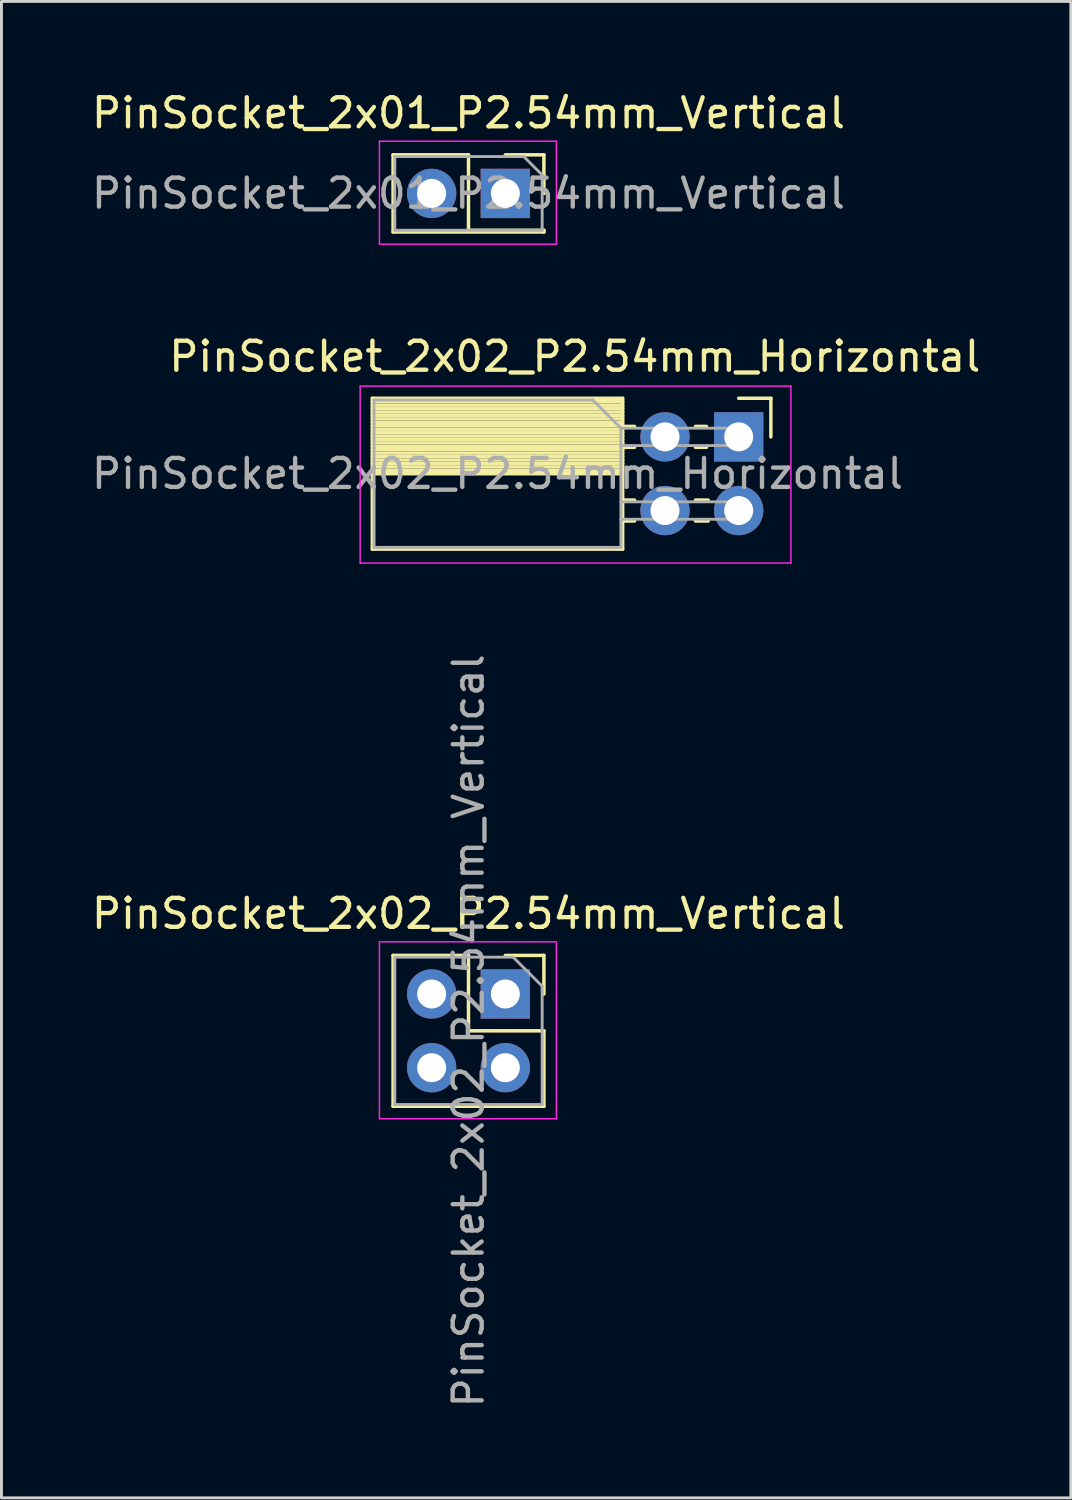
<source format=kicad_pcb>
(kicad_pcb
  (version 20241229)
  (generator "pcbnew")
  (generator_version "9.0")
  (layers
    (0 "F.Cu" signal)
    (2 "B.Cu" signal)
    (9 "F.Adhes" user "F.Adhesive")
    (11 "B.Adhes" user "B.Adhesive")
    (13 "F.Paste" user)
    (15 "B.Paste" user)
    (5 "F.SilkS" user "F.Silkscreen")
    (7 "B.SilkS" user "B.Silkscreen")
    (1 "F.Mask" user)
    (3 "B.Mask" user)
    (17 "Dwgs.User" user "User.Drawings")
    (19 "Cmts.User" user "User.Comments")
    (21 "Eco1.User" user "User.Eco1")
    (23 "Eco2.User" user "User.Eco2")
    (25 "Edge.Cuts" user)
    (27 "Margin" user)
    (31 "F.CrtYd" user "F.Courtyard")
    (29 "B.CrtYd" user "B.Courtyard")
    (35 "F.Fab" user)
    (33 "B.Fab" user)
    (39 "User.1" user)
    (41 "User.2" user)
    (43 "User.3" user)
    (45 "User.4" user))
  (footprint "PinSocket_2x02_P2.54mm_Vertical"
    (layer "F.Cu")
    (at 14.371 31.218)
    (property "Reference" "PinSocket_2x02_P2.54mm_Vertical" (at -1.27 -2.77 0) (layer "F.SilkS") (effects (font (size 1 1) (thickness 0.15))))
    (attr through_hole)
    (fp_line (start -3.87 -1.33) (end -3.87 3.87) (stroke (width 0.12) (type solid)) (layer "F.SilkS"))
    (fp_line (start -3.87 -1.33) (end -1.27 -1.33) (stroke (width 0.12) (type solid)) (layer "F.SilkS"))
    (fp_line (start -3.87 3.87) (end 1.33 3.87) (stroke (width 0.12) (type solid)) (layer "F.SilkS"))
    (fp_line (start -1.27 -1.33) (end -1.27 1.27) (stroke (width 0.12) (type solid)) (layer "F.SilkS"))
    (fp_line (start -1.27 1.27) (end 1.33 1.27) (stroke (width 0.12) (type solid)) (layer "F.SilkS"))
    (fp_line (start 0 -1.33) (end 1.33 -1.33) (stroke (width 0.12) (type solid)) (layer "F.SilkS"))
    (fp_line (start 1.33 -1.33) (end 1.33 0) (stroke (width 0.12) (type solid)) (layer "F.SilkS"))
    (fp_line (start 1.33 1.27) (end 1.33 3.87) (stroke (width 0.12) (type solid)) (layer "F.SilkS"))
    (fp_line (start -4.34 -1.8) (end 1.76 -1.8) (stroke (width 0.05) (type solid)) (layer "F.CrtYd"))
    (fp_line (start -4.34 4.3) (end -4.34 -1.8) (stroke (width 0.05) (type solid)) (layer "F.CrtYd"))
    (fp_line (start 1.76 -1.8) (end 1.76 4.3) (stroke (width 0.05) (type solid)) (layer "F.CrtYd"))
    (fp_line (start 1.76 4.3) (end -4.34 4.3) (stroke (width 0.05) (type solid)) (layer "F.CrtYd"))
    (fp_line (start -3.81 -1.27) (end 0.27 -1.27) (stroke (width 0.1) (type solid)) (layer "F.Fab"))
    (fp_line (start -3.81 3.81) (end -3.81 -1.27) (stroke (width 0.1) (type solid)) (layer "F.Fab"))
    (fp_line (start 0.27 -1.27) (end 1.27 -0.27) (stroke (width 0.1) (type solid)) (layer "F.Fab"))
    (fp_line (start 1.27 -0.27) (end 1.27 3.81) (stroke (width 0.1) (type solid)) (layer "F.Fab"))
    (fp_line (start 1.27 3.81) (end -3.81 3.81) (stroke (width 0.1) (type solid)) (layer "F.Fab"))
    (fp_text user "${REFERENCE}" (at -1.27 1.27 90) (layer "F.Fab") (effects (font (size 1 1) (thickness 0.15))))
    (pad "1" thru_hole rect (at 0 0) (size 1.7 1.7) (drill 1) (layers "*.Cu" "*.Mask"))
    (pad "2" thru_hole oval (at -2.54 0) (size 1.7 1.7) (drill 1) (layers "*.Cu" "*.Mask"))
    (pad "3" thru_hole oval (at 0 2.54) (size 1.7 1.7) (drill 1) (layers "*.Cu" "*.Mask"))
    (pad "4" thru_hole oval (at -2.54 2.54) (size 1.7 1.7) (drill 1) (layers "*.Cu" "*.Mask")))
  (footprint "PinSocket_2x02_P2.54mm_Horizontal"
    (layer "F.Cu")
    (at 22.416 12.011)
    (property "Reference" "PinSocket_2x02_P2.54mm_Horizontal" (at -5.65 -2.77 0) (layer "F.SilkS") (effects (font (size 1 1) (thickness 0.15))))
    (attr through_hole)
    (fp_line (start -12.63 -1.33) (end -12.63 3.87) (stroke (width 0.12) (type solid)) (layer "F.SilkS"))
    (fp_line (start -12.63 -1.33) (end -4 -1.33) (stroke (width 0.12) (type solid)) (layer "F.SilkS"))
    (fp_line (start -12.63 -1.21) (end -4 -1.21) (stroke (width 0.12) (type solid)) (layer "F.SilkS"))
    (fp_line (start -12.63 -1.092) (end -4 -1.092) (stroke (width 0.12) (type solid)) (layer "F.SilkS"))
    (fp_line (start -12.63 -0.974) (end -4 -0.974) (stroke (width 0.12) (type solid)) (layer "F.SilkS"))
    (fp_line (start -12.63 -0.856) (end -4 -0.856) (stroke (width 0.12) (type solid)) (layer "F.SilkS"))
    (fp_line (start -12.63 -0.738) (end -4 -0.738) (stroke (width 0.12) (type solid)) (layer "F.SilkS"))
    (fp_line (start -12.63 -0.62) (end -4 -0.62) (stroke (width 0.12) (type solid)) (layer "F.SilkS"))
    (fp_line (start -12.63 -0.501) (end -4 -0.501) (stroke (width 0.12) (type solid)) (layer "F.SilkS"))
    (fp_line (start -12.63 -0.383) (end -4 -0.383) (stroke (width 0.12) (type solid)) (layer "F.SilkS"))
    (fp_line (start -12.63 -0.265) (end -4 -0.265) (stroke (width 0.12) (type solid)) (layer "F.SilkS"))
    (fp_line (start -12.63 -0.147) (end -4 -0.147) (stroke (width 0.12) (type solid)) (layer "F.SilkS"))
    (fp_line (start -12.63 -0.029) (end -4 -0.029) (stroke (width 0.12) (type solid)) (layer "F.SilkS"))
    (fp_line (start -12.63 0.089) (end -4 0.089) (stroke (width 0.12) (type solid)) (layer "F.SilkS"))
    (fp_line (start -12.63 0.207) (end -4 0.207) (stroke (width 0.12) (type solid)) (layer "F.SilkS"))
    (fp_line (start -12.63 0.325) (end -4 0.325) (stroke (width 0.12) (type solid)) (layer "F.SilkS"))
    (fp_line (start -12.63 0.443) (end -4 0.443) (stroke (width 0.12) (type solid)) (layer "F.SilkS"))
    (fp_line (start -12.63 0.561) (end -4 0.561) (stroke (width 0.12) (type solid)) (layer "F.SilkS"))
    (fp_line (start -12.63 0.68) (end -4 0.68) (stroke (width 0.12) (type solid)) (layer "F.SilkS"))
    (fp_line (start -12.63 0.798) (end -4 0.798) (stroke (width 0.12) (type solid)) (layer "F.SilkS"))
    (fp_line (start -12.63 0.916) (end -4 0.916) (stroke (width 0.12) (type solid)) (layer "F.SilkS"))
    (fp_line (start -12.63 1.034) (end -4 1.034) (stroke (width 0.12) (type solid)) (layer "F.SilkS"))
    (fp_line (start -12.63 1.152) (end -4 1.152) (stroke (width 0.12) (type solid)) (layer "F.SilkS"))
    (fp_line (start -12.63 1.27) (end -4 1.27) (stroke (width 0.12) (type solid)) (layer "F.SilkS"))
    (fp_line (start -12.63 3.87) (end -4 3.87) (stroke (width 0.12) (type solid)) (layer "F.SilkS"))
    (fp_line (start -4 -1.33) (end -4 3.87) (stroke (width 0.12) (type solid)) (layer "F.SilkS"))
    (fp_line (start -4 -0.36) (end -3.59 -0.36) (stroke (width 0.12) (type solid)) (layer "F.SilkS"))
    (fp_line (start -4 0.36) (end -3.59 0.36) (stroke (width 0.12) (type solid)) (layer "F.SilkS"))
    (fp_line (start -4 2.18) (end -3.59 2.18) (stroke (width 0.12) (type solid)) (layer "F.SilkS"))
    (fp_line (start -4 2.9) (end -3.59 2.9) (stroke (width 0.12) (type solid)) (layer "F.SilkS"))
    (fp_line (start -1.49 -0.36) (end -1.11 -0.36) (stroke (width 0.12) (type solid)) (layer "F.SilkS"))
    (fp_line (start -1.49 0.36) (end -1.11 0.36) (stroke (width 0.12) (type solid)) (layer "F.SilkS"))
    (fp_line (start -1.49 2.18) (end -1.05 2.18) (stroke (width 0.12) (type solid)) (layer "F.SilkS"))
    (fp_line (start -1.49 2.9) (end -1.05 2.9) (stroke (width 0.12) (type solid)) (layer "F.SilkS"))
    (fp_line (start 0 -1.33) (end 1.11 -1.33) (stroke (width 0.12) (type solid)) (layer "F.SilkS"))
    (fp_line (start 1.11 -1.33) (end 1.11 0) (stroke (width 0.12) (type solid)) (layer "F.SilkS"))
    (fp_line (start -13.05 -1.75) (end -13.05 4.35) (stroke (width 0.05) (type solid)) (layer "F.CrtYd"))
    (fp_line (start -13.05 4.35) (end 1.8 4.35) (stroke (width 0.05) (type solid)) (layer "F.CrtYd"))
    (fp_line (start 1.8 -1.75) (end -13.05 -1.75) (stroke (width 0.05) (type solid)) (layer "F.CrtYd"))
    (fp_line (start 1.8 4.35) (end 1.8 -1.75) (stroke (width 0.05) (type solid)) (layer "F.CrtYd"))
    (fp_line (start -12.57 -1.27) (end -5.03 -1.27) (stroke (width 0.1) (type solid)) (layer "F.Fab"))
    (fp_line (start -12.57 3.81) (end -12.57 -1.27) (stroke (width 0.1) (type solid)) (layer "F.Fab"))
    (fp_line (start -5.03 -1.27) (end -4.06 -0.3) (stroke (width 0.1) (type solid)) (layer "F.Fab"))
    (fp_line (start -4.06 -0.3) (end -4.06 3.81) (stroke (width 0.1) (type solid)) (layer "F.Fab"))
    (fp_line (start -4.06 0.3) (end 0 0.3) (stroke (width 0.1) (type solid)) (layer "F.Fab"))
    (fp_line (start -4.06 2.84) (end 0 2.84) (stroke (width 0.1) (type solid)) (layer "F.Fab"))
    (fp_line (start -4.06 3.81) (end -12.57 3.81) (stroke (width 0.1) (type solid)) (layer "F.Fab"))
    (fp_line (start 0 -0.3) (end -4.06 -0.3) (stroke (width 0.1) (type solid)) (layer "F.Fab"))
    (fp_line (start 0 0.3) (end 0 -0.3) (stroke (width 0.1) (type solid)) (layer "F.Fab"))
    (fp_line (start 0 2.24) (end -4.06 2.24) (stroke (width 0.1) (type solid)) (layer "F.Fab"))
    (fp_line (start 0 2.84) (end 0 2.24) (stroke (width 0.1) (type solid)) (layer "F.Fab"))
    (fp_text user "${REFERENCE}" (at -8.315 1.27 0) (layer "F.Fab") (effects (font (size 1 1) (thickness 0.15))))
    (pad "1" thru_hole rect (at 0 0) (size 1.7 1.7) (drill 1) (layers "*.Cu" "*.Mask"))
    (pad "2" thru_hole oval (at -2.54 0) (size 1.7 1.7) (drill 1) (layers "*.Cu" "*.Mask"))
    (pad "3" thru_hole oval (at 0 2.54) (size 1.7 1.7) (drill 1) (layers "*.Cu" "*.Mask"))
    (pad "4" thru_hole oval (at -2.54 2.54) (size 1.7 1.7) (drill 1) (layers "*.Cu" "*.Mask")))
  (footprint "PinSocket_2x01_P2.54mm_Vertical"
    (layer "F.Cu")
    (at 14.371 3.618)
    (property "Reference" "PinSocket_2x01_P2.54mm_Vertical" (at -1.27 -2.77 0) (layer "F.SilkS") (effects (font (size 1 1) (thickness 0.15))))
    (attr through_hole)
    (fp_line (start -3.87 -1.33) (end -3.87 1.33) (stroke (width 0.12) (type solid)) (layer "F.SilkS"))
    (fp_line (start -3.87 -1.33) (end -1.27 -1.33) (stroke (width 0.12) (type solid)) (layer "F.SilkS"))
    (fp_line (start -3.87 1.33) (end 1.33 1.33) (stroke (width 0.12) (type solid)) (layer "F.SilkS"))
    (fp_line (start -1.27 -1.33) (end -1.27 1.27) (stroke (width 0.12) (type solid)) (layer "F.SilkS"))
    (fp_line (start -1.27 1.27) (end 1.33 1.27) (stroke (width 0.12) (type solid)) (layer "F.SilkS"))
    (fp_line (start 0 -1.33) (end 1.33 -1.33) (stroke (width 0.12) (type solid)) (layer "F.SilkS"))
    (fp_line (start 1.33 -1.33) (end 1.33 0) (stroke (width 0.12) (type solid)) (layer "F.SilkS"))
    (fp_line (start 1.33 1.27) (end 1.33 1.33) (stroke (width 0.12) (type solid)) (layer "F.SilkS"))
    (fp_line (start -4.34 -1.8) (end 1.76 -1.8) (stroke (width 0.05) (type solid)) (layer "F.CrtYd"))
    (fp_line (start -4.34 1.75) (end -4.34 -1.8) (stroke (width 0.05) (type solid)) (layer "F.CrtYd"))
    (fp_line (start 1.76 -1.8) (end 1.76 1.75) (stroke (width 0.05) (type solid)) (layer "F.CrtYd"))
    (fp_line (start 1.76 1.75) (end -4.34 1.75) (stroke (width 0.05) (type solid)) (layer "F.CrtYd"))
    (fp_line (start -3.81 -1.27) (end 0.635 -1.27) (stroke (width 0.1) (type solid)) (layer "F.Fab"))
    (fp_line (start -3.81 1.27) (end -3.81 -1.27) (stroke (width 0.1) (type solid)) (layer "F.Fab"))
    (fp_line (start 0.635 -1.27) (end 1.27 -0.635) (stroke (width 0.1) (type solid)) (layer "F.Fab"))
    (fp_line (start 1.27 -0.635) (end 1.27 1.27) (stroke (width 0.1) (type solid)) (layer "F.Fab"))
    (fp_line (start 1.27 1.27) (end -3.81 1.27) (stroke (width 0.1) (type solid)) (layer "F.Fab"))
    (fp_text user "${REFERENCE}" (at -1.27 0 0) (layer "F.Fab") (effects (font (size 1 1) (thickness 0.15))))
    (pad "1" thru_hole rect (at 0 0) (size 1.7 1.7) (drill 1) (layers "*.Cu" "*.Mask"))
    (pad "2" thru_hole oval (at -2.54 0) (size 1.7 1.7) (drill 1) (layers "*.Cu" "*.Mask")))
  (gr_rect
    (start -3 -3)
    (end 33.867 48.589)
    (stroke (width 0.1) (type default))
    (fill no)
    (layer "Edge.Cuts")))
</source>
